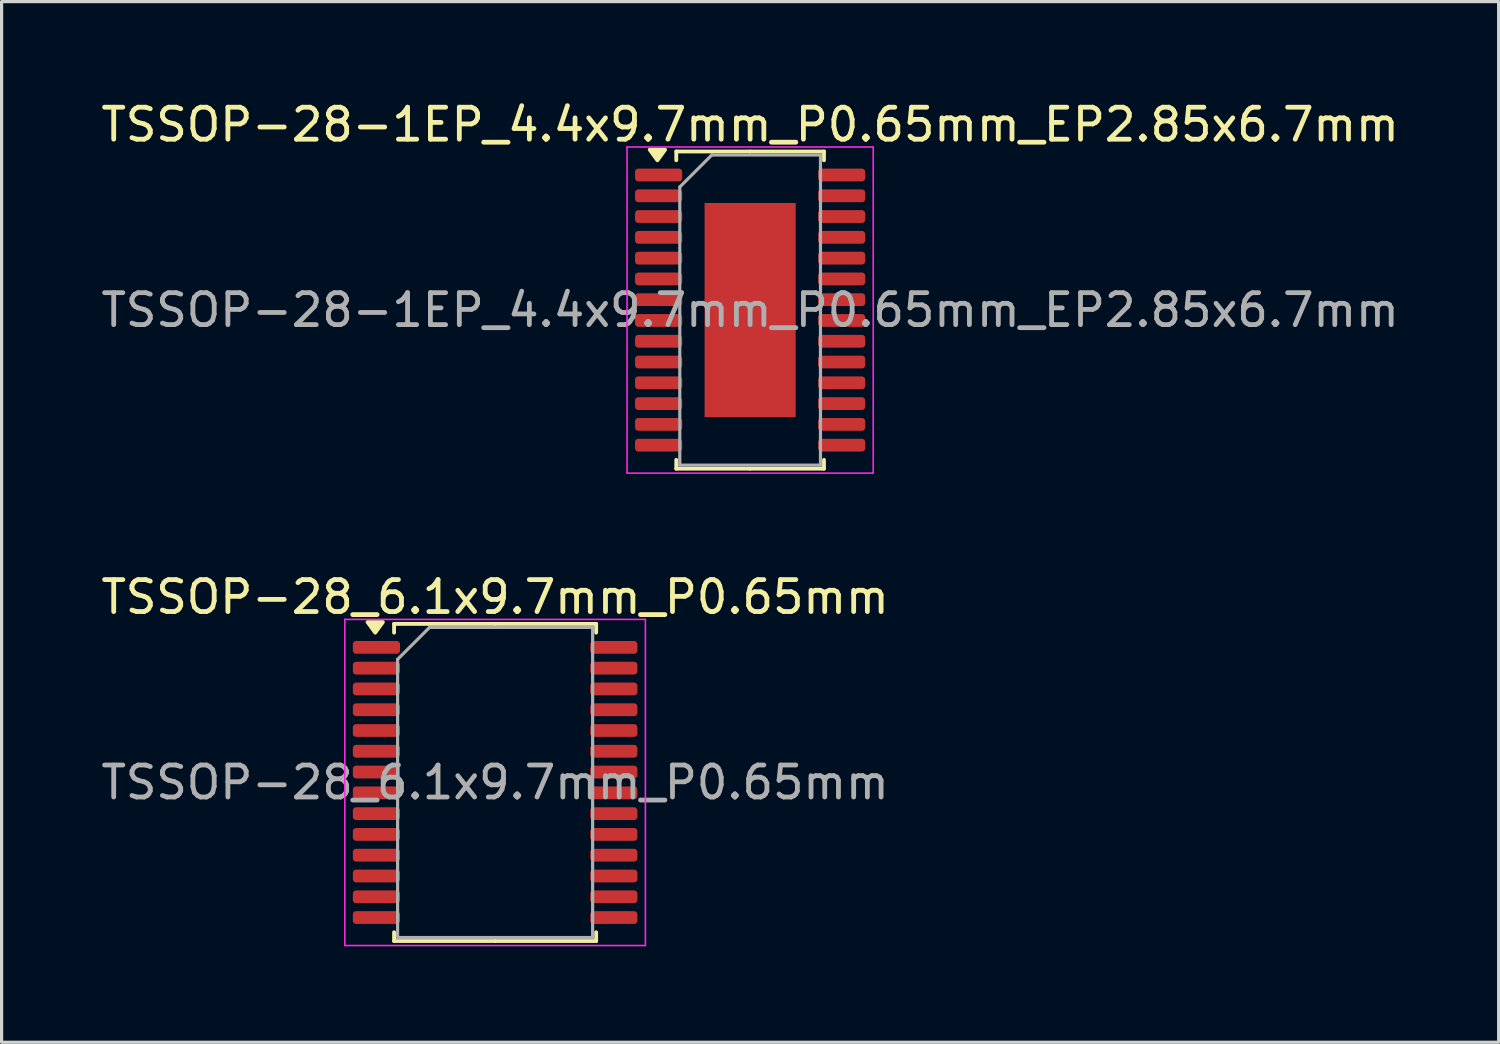
<source format=kicad_pcb>
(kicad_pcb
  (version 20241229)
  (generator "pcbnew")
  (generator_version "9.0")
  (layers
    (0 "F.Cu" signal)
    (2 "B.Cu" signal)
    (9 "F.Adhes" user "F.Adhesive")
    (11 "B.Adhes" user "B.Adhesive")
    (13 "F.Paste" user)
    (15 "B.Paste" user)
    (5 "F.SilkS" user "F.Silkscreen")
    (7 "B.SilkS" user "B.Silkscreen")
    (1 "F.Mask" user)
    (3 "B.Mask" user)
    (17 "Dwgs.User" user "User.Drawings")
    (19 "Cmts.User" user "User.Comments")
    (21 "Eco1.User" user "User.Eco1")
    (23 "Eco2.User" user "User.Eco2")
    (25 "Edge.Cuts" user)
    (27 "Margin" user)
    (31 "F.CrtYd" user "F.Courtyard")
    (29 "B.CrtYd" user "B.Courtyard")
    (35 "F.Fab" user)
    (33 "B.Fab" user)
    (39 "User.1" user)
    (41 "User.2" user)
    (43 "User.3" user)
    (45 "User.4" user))
  (footprint "TSSOP-28_6.1x9.7mm_P0.65mm"
    (layer "F.Cu")
    (at 12.435 21.422)
    (property "Reference" "TSSOP-28_6.1x9.7mm_P0.65mm" (at 0 -5.8 0) (layer "F.SilkS") (effects (font (size 1 1) (thickness 0.15))))
    (attr smd)
    (fp_line (start -3.16 -4.96) (end -3.16 -4.685) (stroke (width 0.12) (type solid)) (layer "F.SilkS"))
    (fp_line (start -3.16 4.96) (end -3.16 4.685) (stroke (width 0.12) (type solid)) (layer "F.SilkS"))
    (fp_line (start 0 -4.96) (end -3.16 -4.96) (stroke (width 0.12) (type solid)) (layer "F.SilkS"))
    (fp_line (start 0 -4.96) (end 3.16 -4.96) (stroke (width 0.12) (type solid)) (layer "F.SilkS"))
    (fp_line (start 0 4.96) (end -3.16 4.96) (stroke (width 0.12) (type solid)) (layer "F.SilkS"))
    (fp_line (start 0 4.96) (end 3.16 4.96) (stroke (width 0.12) (type solid)) (layer "F.SilkS"))
    (fp_line (start 3.16 -4.96) (end 3.16 -4.685) (stroke (width 0.12) (type solid)) (layer "F.SilkS"))
    (fp_line (start 3.16 4.96) (end 3.16 4.685) (stroke (width 0.12) (type solid)) (layer "F.SilkS"))
    (fp_poly (pts (xy -3.75 -4.685) (xy -3.99 -5.015) (xy -3.51 -5.015) (xy -3.75 -4.685)) (stroke (width 0.12) (type solid)) (fill yes) (layer "F.SilkS"))
    (fp_line (start -4.7 -5.1) (end -4.7 5.1) (stroke (width 0.05) (type solid)) (layer "F.CrtYd"))
    (fp_line (start -4.7 5.1) (end 4.7 5.1) (stroke (width 0.05) (type solid)) (layer "F.CrtYd"))
    (fp_line (start 4.7 -5.1) (end -4.7 -5.1) (stroke (width 0.05) (type solid)) (layer "F.CrtYd"))
    (fp_line (start 4.7 5.1) (end 4.7 -5.1) (stroke (width 0.05) (type solid)) (layer "F.CrtYd"))
    (fp_line (start -3.05 -3.85) (end -2.05 -4.85) (stroke (width 0.1) (type solid)) (layer "F.Fab"))
    (fp_line (start -3.05 4.85) (end -3.05 -3.85) (stroke (width 0.1) (type solid)) (layer "F.Fab"))
    (fp_line (start -2.05 -4.85) (end 3.05 -4.85) (stroke (width 0.1) (type solid)) (layer "F.Fab"))
    (fp_line (start 3.05 -4.85) (end 3.05 4.85) (stroke (width 0.1) (type solid)) (layer "F.Fab"))
    (fp_line (start 3.05 4.85) (end -3.05 4.85) (stroke (width 0.1) (type solid)) (layer "F.Fab"))
    (fp_text user "${REFERENCE}" (at 0 0 0) (layer "F.Fab") (effects (font (size 1 1) (thickness 0.15))))
    (pad "1" smd roundrect (at -3.712 -4.225) (size 1.475 0.4) (layers "F.Cu" "F.Mask" "F.Paste") (roundrect_rratio 0.25))
    (pad "2" smd roundrect (at -3.712 -3.575) (size 1.475 0.4) (layers "F.Cu" "F.Mask" "F.Paste") (roundrect_rratio 0.25))
    (pad "3" smd roundrect (at -3.712 -2.925) (size 1.475 0.4) (layers "F.Cu" "F.Mask" "F.Paste") (roundrect_rratio 0.25))
    (pad "4" smd roundrect (at -3.712 -2.275) (size 1.475 0.4) (layers "F.Cu" "F.Mask" "F.Paste") (roundrect_rratio 0.25))
    (pad "5" smd roundrect (at -3.712 -1.625) (size 1.475 0.4) (layers "F.Cu" "F.Mask" "F.Paste") (roundrect_rratio 0.25))
    (pad "6" smd roundrect (at -3.712 -0.975) (size 1.475 0.4) (layers "F.Cu" "F.Mask" "F.Paste") (roundrect_rratio 0.25))
    (pad "7" smd roundrect (at -3.712 -0.325) (size 1.475 0.4) (layers "F.Cu" "F.Mask" "F.Paste") (roundrect_rratio 0.25))
    (pad "8" smd roundrect (at -3.712 0.325) (size 1.475 0.4) (layers "F.Cu" "F.Mask" "F.Paste") (roundrect_rratio 0.25))
    (pad "9" smd roundrect (at -3.712 0.975) (size 1.475 0.4) (layers "F.Cu" "F.Mask" "F.Paste") (roundrect_rratio 0.25))
    (pad "10" smd roundrect (at -3.712 1.625) (size 1.475 0.4) (layers "F.Cu" "F.Mask" "F.Paste") (roundrect_rratio 0.25))
    (pad "11" smd roundrect (at -3.712 2.275) (size 1.475 0.4) (layers "F.Cu" "F.Mask" "F.Paste") (roundrect_rratio 0.25))
    (pad "12" smd roundrect (at -3.712 2.925) (size 1.475 0.4) (layers "F.Cu" "F.Mask" "F.Paste") (roundrect_rratio 0.25))
    (pad "13" smd roundrect (at -3.712 3.575) (size 1.475 0.4) (layers "F.Cu" "F.Mask" "F.Paste") (roundrect_rratio 0.25))
    (pad "14" smd roundrect (at -3.712 4.225) (size 1.475 0.4) (layers "F.Cu" "F.Mask" "F.Paste") (roundrect_rratio 0.25))
    (pad "15" smd roundrect (at 3.712 4.225) (size 1.475 0.4) (layers "F.Cu" "F.Mask" "F.Paste") (roundrect_rratio 0.25))
    (pad "16" smd roundrect (at 3.712 3.575) (size 1.475 0.4) (layers "F.Cu" "F.Mask" "F.Paste") (roundrect_rratio 0.25))
    (pad "17" smd roundrect (at 3.712 2.925) (size 1.475 0.4) (layers "F.Cu" "F.Mask" "F.Paste") (roundrect_rratio 0.25))
    (pad "18" smd roundrect (at 3.712 2.275) (size 1.475 0.4) (layers "F.Cu" "F.Mask" "F.Paste") (roundrect_rratio 0.25))
    (pad "19" smd roundrect (at 3.712 1.625) (size 1.475 0.4) (layers "F.Cu" "F.Mask" "F.Paste") (roundrect_rratio 0.25))
    (pad "20" smd roundrect (at 3.712 0.975) (size 1.475 0.4) (layers "F.Cu" "F.Mask" "F.Paste") (roundrect_rratio 0.25))
    (pad "21" smd roundrect (at 3.712 0.325) (size 1.475 0.4) (layers "F.Cu" "F.Mask" "F.Paste") (roundrect_rratio 0.25))
    (pad "22" smd roundrect (at 3.712 -0.325) (size 1.475 0.4) (layers "F.Cu" "F.Mask" "F.Paste") (roundrect_rratio 0.25))
    (pad "23" smd roundrect (at 3.712 -0.975) (size 1.475 0.4) (layers "F.Cu" "F.Mask" "F.Paste") (roundrect_rratio 0.25))
    (pad "24" smd roundrect (at 3.712 -1.625) (size 1.475 0.4) (layers "F.Cu" "F.Mask" "F.Paste") (roundrect_rratio 0.25))
    (pad "25" smd roundrect (at 3.712 -2.275) (size 1.475 0.4) (layers "F.Cu" "F.Mask" "F.Paste") (roundrect_rratio 0.25))
    (pad "26" smd roundrect (at 3.712 -2.925) (size 1.475 0.4) (layers "F.Cu" "F.Mask" "F.Paste") (roundrect_rratio 0.25))
    (pad "27" smd roundrect (at 3.712 -3.575) (size 1.475 0.4) (layers "F.Cu" "F.Mask" "F.Paste") (roundrect_rratio 0.25))
    (pad "28" smd roundrect (at 3.712 -4.225) (size 1.475 0.4) (layers "F.Cu" "F.Mask" "F.Paste") (roundrect_rratio 0.25)))
  (footprint "TSSOP-28-1EP_4.4x9.7mm_P0.65mm_EP2.85x6.7mm"
    (layer "F.Cu")
    (at 20.411 6.648)
    (property "Reference" "TSSOP-28-1EP_4.4x9.7mm_P0.65mm_EP2.85x6.7mm" (at 0 -5.8 0) (layer "F.SilkS") (effects (font (size 1 1) (thickness 0.15))))
    (attr smd)
    (fp_line (start -2.31 -4.96) (end -2.31 -4.685) (stroke (width 0.12) (type solid)) (layer "F.SilkS"))
    (fp_line (start -2.31 4.96) (end -2.31 4.685) (stroke (width 0.12) (type solid)) (layer "F.SilkS"))
    (fp_line (start 0 -4.96) (end -2.31 -4.96) (stroke (width 0.12) (type solid)) (layer "F.SilkS"))
    (fp_line (start 0 -4.96) (end 2.31 -4.96) (stroke (width 0.12) (type solid)) (layer "F.SilkS"))
    (fp_line (start 0 4.96) (end -2.31 4.96) (stroke (width 0.12) (type solid)) (layer "F.SilkS"))
    (fp_line (start 0 4.96) (end 2.31 4.96) (stroke (width 0.12) (type solid)) (layer "F.SilkS"))
    (fp_line (start 2.31 -4.96) (end 2.31 -4.685) (stroke (width 0.12) (type solid)) (layer "F.SilkS"))
    (fp_line (start 2.31 4.96) (end 2.31 4.685) (stroke (width 0.12) (type solid)) (layer "F.SilkS"))
    (fp_poly (pts (xy -2.9 -4.685) (xy -3.14 -5.015) (xy -2.66 -5.015) (xy -2.9 -4.685)) (stroke (width 0.12) (type solid)) (fill yes) (layer "F.SilkS"))
    (fp_line (start -3.85 -5.1) (end -3.85 5.1) (stroke (width 0.05) (type solid)) (layer "F.CrtYd"))
    (fp_line (start -3.85 5.1) (end 3.85 5.1) (stroke (width 0.05) (type solid)) (layer "F.CrtYd"))
    (fp_line (start 3.85 -5.1) (end -3.85 -5.1) (stroke (width 0.05) (type solid)) (layer "F.CrtYd"))
    (fp_line (start 3.85 5.1) (end 3.85 -5.1) (stroke (width 0.05) (type solid)) (layer "F.CrtYd"))
    (fp_line (start -2.2 -3.85) (end -1.2 -4.85) (stroke (width 0.1) (type solid)) (layer "F.Fab"))
    (fp_line (start -2.2 4.85) (end -2.2 -3.85) (stroke (width 0.1) (type solid)) (layer "F.Fab"))
    (fp_line (start -1.2 -4.85) (end 2.2 -4.85) (stroke (width 0.1) (type solid)) (layer "F.Fab"))
    (fp_line (start 2.2 -4.85) (end 2.2 4.85) (stroke (width 0.1) (type solid)) (layer "F.Fab"))
    (fp_line (start 2.2 4.85) (end -2.2 4.85) (stroke (width 0.1) (type solid)) (layer "F.Fab"))
    (fp_text user "${REFERENCE}" (at 0 0 0) (layer "F.Fab") (effects (font (size 1 1) (thickness 0.15))))
    (pad "" smd roundrect (at -0.71 -2.23) (size 1.15 1.8) (layers "F.Paste") (roundrect_rratio 0.217))
    (pad "" smd roundrect (at -0.71 0) (size 1.15 1.8) (layers "F.Paste") (roundrect_rratio 0.217))
    (pad "" smd roundrect (at -0.71 2.23) (size 1.15 1.8) (layers "F.Paste") (roundrect_rratio 0.217))
    (pad "" smd roundrect (at 0.71 -2.23) (size 1.15 1.8) (layers "F.Paste") (roundrect_rratio 0.217))
    (pad "" smd roundrect (at 0.71 0) (size 1.15 1.8) (layers "F.Paste") (roundrect_rratio 0.217))
    (pad "" smd roundrect (at 0.71 2.23) (size 1.15 1.8) (layers "F.Paste") (roundrect_rratio 0.217))
    (pad "1" smd roundrect (at -2.862 -4.225) (size 1.475 0.4) (layers "F.Cu" "F.Mask" "F.Paste") (roundrect_rratio 0.25))
    (pad "2" smd roundrect (at -2.862 -3.575) (size 1.475 0.4) (layers "F.Cu" "F.Mask" "F.Paste") (roundrect_rratio 0.25))
    (pad "3" smd roundrect (at -2.862 -2.925) (size 1.475 0.4) (layers "F.Cu" "F.Mask" "F.Paste") (roundrect_rratio 0.25))
    (pad "4" smd roundrect (at -2.862 -2.275) (size 1.475 0.4) (layers "F.Cu" "F.Mask" "F.Paste") (roundrect_rratio 0.25))
    (pad "5" smd roundrect (at -2.862 -1.625) (size 1.475 0.4) (layers "F.Cu" "F.Mask" "F.Paste") (roundrect_rratio 0.25))
    (pad "6" smd roundrect (at -2.862 -0.975) (size 1.475 0.4) (layers "F.Cu" "F.Mask" "F.Paste") (roundrect_rratio 0.25))
    (pad "7" smd roundrect (at -2.862 -0.325) (size 1.475 0.4) (layers "F.Cu" "F.Mask" "F.Paste") (roundrect_rratio 0.25))
    (pad "8" smd roundrect (at -2.862 0.325) (size 1.475 0.4) (layers "F.Cu" "F.Mask" "F.Paste") (roundrect_rratio 0.25))
    (pad "9" smd roundrect (at -2.862 0.975) (size 1.475 0.4) (layers "F.Cu" "F.Mask" "F.Paste") (roundrect_rratio 0.25))
    (pad "10" smd roundrect (at -2.862 1.625) (size 1.475 0.4) (layers "F.Cu" "F.Mask" "F.Paste") (roundrect_rratio 0.25))
    (pad "11" smd roundrect (at -2.862 2.275) (size 1.475 0.4) (layers "F.Cu" "F.Mask" "F.Paste") (roundrect_rratio 0.25))
    (pad "12" smd roundrect (at -2.862 2.925) (size 1.475 0.4) (layers "F.Cu" "F.Mask" "F.Paste") (roundrect_rratio 0.25))
    (pad "13" smd roundrect (at -2.862 3.575) (size 1.475 0.4) (layers "F.Cu" "F.Mask" "F.Paste") (roundrect_rratio 0.25))
    (pad "14" smd roundrect (at -2.862 4.225) (size 1.475 0.4) (layers "F.Cu" "F.Mask" "F.Paste") (roundrect_rratio 0.25))
    (pad "15" smd roundrect (at 2.862 4.225) (size 1.475 0.4) (layers "F.Cu" "F.Mask" "F.Paste") (roundrect_rratio 0.25))
    (pad "16" smd roundrect (at 2.862 3.575) (size 1.475 0.4) (layers "F.Cu" "F.Mask" "F.Paste") (roundrect_rratio 0.25))
    (pad "17" smd roundrect (at 2.862 2.925) (size 1.475 0.4) (layers "F.Cu" "F.Mask" "F.Paste") (roundrect_rratio 0.25))
    (pad "18" smd roundrect (at 2.862 2.275) (size 1.475 0.4) (layers "F.Cu" "F.Mask" "F.Paste") (roundrect_rratio 0.25))
    (pad "19" smd roundrect (at 2.862 1.625) (size 1.475 0.4) (layers "F.Cu" "F.Mask" "F.Paste") (roundrect_rratio 0.25))
    (pad "20" smd roundrect (at 2.862 0.975) (size 1.475 0.4) (layers "F.Cu" "F.Mask" "F.Paste") (roundrect_rratio 0.25))
    (pad "21" smd roundrect (at 2.862 0.325) (size 1.475 0.4) (layers "F.Cu" "F.Mask" "F.Paste") (roundrect_rratio 0.25))
    (pad "22" smd roundrect (at 2.862 -0.325) (size 1.475 0.4) (layers "F.Cu" "F.Mask" "F.Paste") (roundrect_rratio 0.25))
    (pad "23" smd roundrect (at 2.862 -0.975) (size 1.475 0.4) (layers "F.Cu" "F.Mask" "F.Paste") (roundrect_rratio 0.25))
    (pad "24" smd roundrect (at 2.862 -1.625) (size 1.475 0.4) (layers "F.Cu" "F.Mask" "F.Paste") (roundrect_rratio 0.25))
    (pad "25" smd roundrect (at 2.862 -2.275) (size 1.475 0.4) (layers "F.Cu" "F.Mask" "F.Paste") (roundrect_rratio 0.25))
    (pad "26" smd roundrect (at 2.862 -2.925) (size 1.475 0.4) (layers "F.Cu" "F.Mask" "F.Paste") (roundrect_rratio 0.25))
    (pad "27" smd roundrect (at 2.862 -3.575) (size 1.475 0.4) (layers "F.Cu" "F.Mask" "F.Paste") (roundrect_rratio 0.25))
    (pad "28" smd roundrect (at 2.862 -4.225) (size 1.475 0.4) (layers "F.Cu" "F.Mask" "F.Paste") (roundrect_rratio 0.25))
    (pad "29" smd rect (at 0 0) (size 2.85 6.7) (property pad_prop_heatsink) (layers "F.Cu" "F.Mask")))
  (gr_rect
    (start -3 -3)
    (end 43.821 29.547)
    (stroke (width 0.1) (type default))
    (fill no)
    (layer "Edge.Cuts")))
</source>
